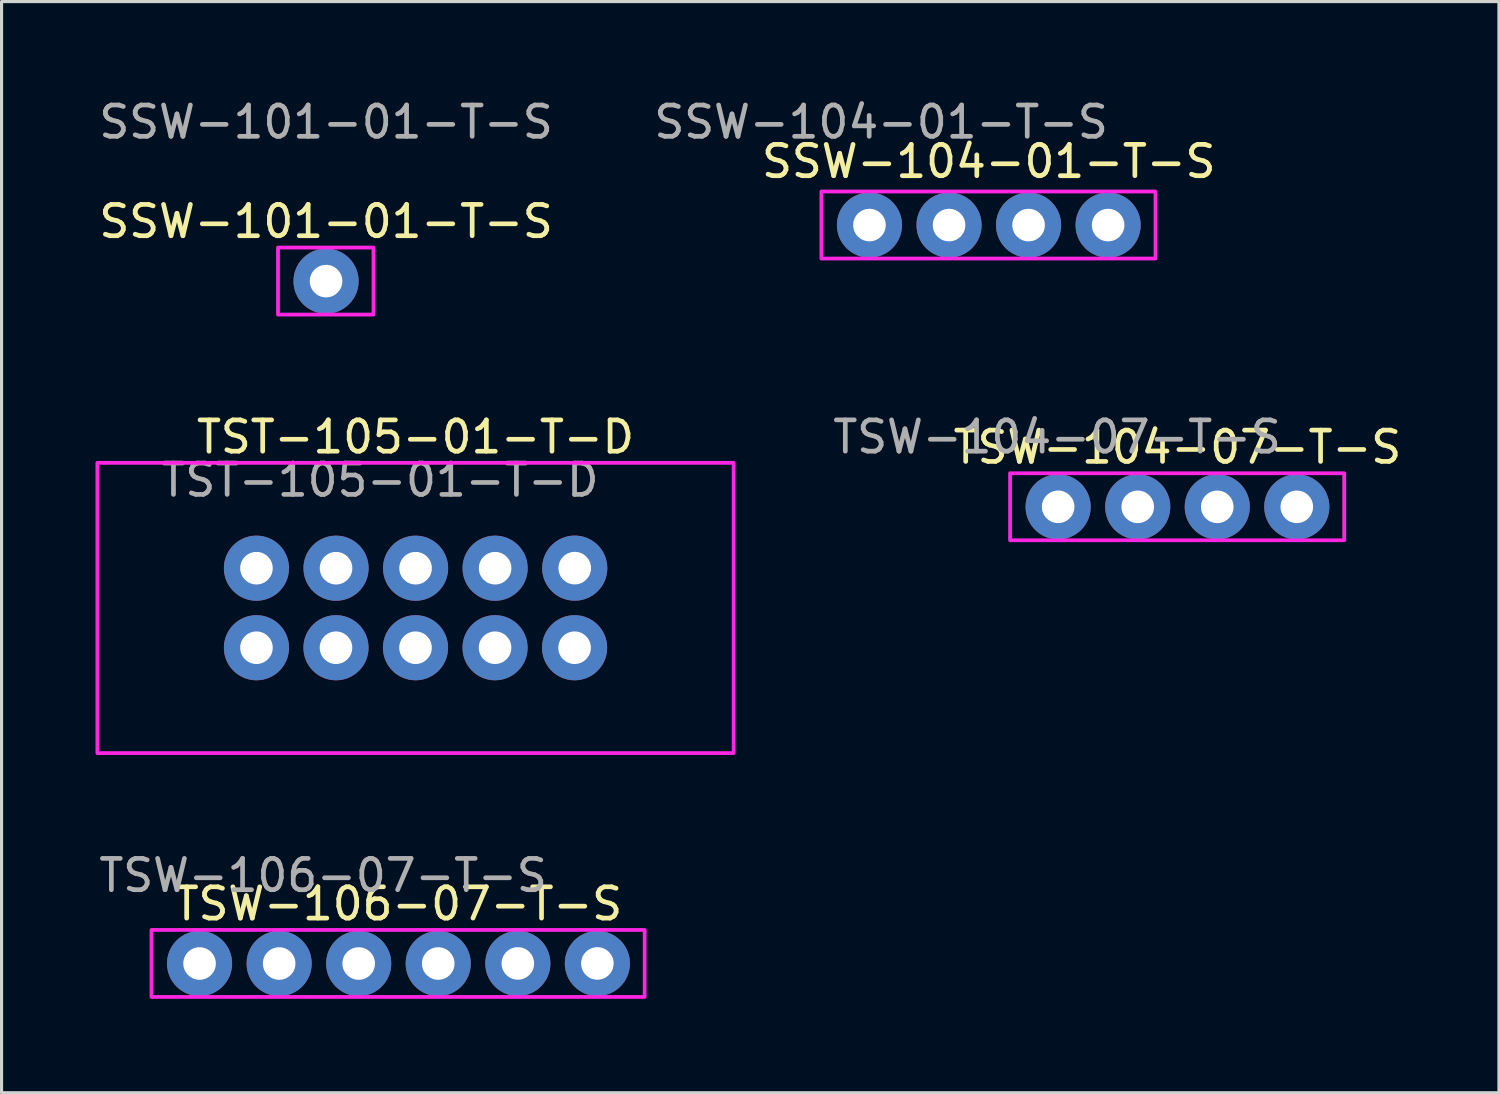
<source format=kicad_pcb>
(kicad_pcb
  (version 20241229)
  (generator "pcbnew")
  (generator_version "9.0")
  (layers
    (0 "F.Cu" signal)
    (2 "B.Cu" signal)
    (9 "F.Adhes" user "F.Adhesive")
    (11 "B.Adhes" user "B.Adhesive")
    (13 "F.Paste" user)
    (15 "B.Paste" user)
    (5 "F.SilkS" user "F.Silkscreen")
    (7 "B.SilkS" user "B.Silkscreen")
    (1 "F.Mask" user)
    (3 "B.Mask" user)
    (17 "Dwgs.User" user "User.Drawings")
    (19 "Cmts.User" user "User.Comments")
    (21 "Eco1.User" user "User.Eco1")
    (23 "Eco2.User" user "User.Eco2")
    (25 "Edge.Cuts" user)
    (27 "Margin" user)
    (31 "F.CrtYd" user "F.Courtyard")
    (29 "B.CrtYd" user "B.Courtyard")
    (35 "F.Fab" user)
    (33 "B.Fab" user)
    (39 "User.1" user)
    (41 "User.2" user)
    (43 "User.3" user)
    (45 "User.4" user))
  (footprint "SSW-101-01-T-S"
    (layer "F.Cu")
    (at 7.363 5.928)
    (property "Reference" "SSW-101-01-T-S" (at 0 -1.905 0) (unlocked yes) (layer "F.SilkS") (effects (font (size 1 1) (thickness 0.15))))
    (fp_rect (start -1.535 -1.072) (end 1.515 1.068) (stroke (width 0.12) (type solid)) (fill no) (layer "F.CrtYd"))
    (fp_text user "${REFERENCE}" (at 0 -5.08 0) (unlocked yes) (layer "F.Fab") (effects (font (size 1 1) (thickness 0.15))))
    (pad "1" thru_hole circle (at 0 0) (size 2.08 2.08) (drill 1.04) (layers "*.Cu" "*.Mask")))
  (footprint "TSW-104-07-T-S"
    (layer "F.Cu")
    (at 30.743 13.136)
    (property "Reference" "TSW-104-07-T-S" (at 3.81 -1.905 0) (unlocked yes) (layer "F.SilkS") (effects (font (size 1 1) (thickness 0.15))))
    (fp_rect (start -1.535 -1.072) (end 9.135 1.068) (stroke (width 0.12) (type solid)) (fill no) (layer "F.CrtYd"))
    (fp_text user "${REFERENCE}" (at -0.035 -2.232 0) (unlocked yes) (layer "F.Fab") (effects (font (size 1 1) (thickness 0.15))))
    (pad "1" thru_hole circle (at 0 0) (size 2.08 2.08) (drill 1.04) (layers "*.Cu" "*.Mask"))
    (pad "2" thru_hole circle (at 2.542 0.000418) (size 2.08 2.08) (drill 1.04) (layers "*.Cu" "*.Mask"))
    (pad "3" thru_hole circle (at 5.082 0.000418) (size 2.08 2.08) (drill 1.04) (layers "*.Cu" "*.Mask"))
    (pad "4" thru_hole circle (at 7.622 0.000418) (size 2.08 2.08) (drill 1.04) (layers "*.Cu" "*.Mask")))
  (footprint "TSW-106-07-T-S"
    (layer "F.Cu")
    (at 3.323 27.721)
    (property "Reference" "TSW-106-07-T-S" (at 6.35 -1.905 0) (unlocked yes) (layer "F.SilkS") (effects (font (size 1 1) (thickness 0.15))))
    (fp_rect (start -1.535 -1.072) (end 14.215 1.068) (stroke (width 0.12) (type solid)) (fill no) (layer "F.CrtYd"))
    (fp_text user "${REFERENCE}" (at 3.945 -2.812 0) (unlocked yes) (layer "F.Fab") (effects (font (size 1 1) (thickness 0.15))))
    (pad "1" thru_hole circle (at 0 0) (size 2.08 2.08) (drill 1.04) (layers "*.Cu" "*.Mask"))
    (pad "2" thru_hole circle (at 2.542 0.000418) (size 2.08 2.08) (drill 1.04) (layers "*.Cu" "*.Mask"))
    (pad "3" thru_hole circle (at 5.082 0.000418) (size 2.08 2.08) (drill 1.04) (layers "*.Cu" "*.Mask"))
    (pad "4" thru_hole circle (at 7.622 0.000418) (size 2.08 2.08) (drill 1.04) (layers "*.Cu" "*.Mask"))
    (pad "5" thru_hole circle (at 10.165 -0.002) (size 2.08 2.08) (drill 1.04) (layers "*.Cu" "*.Mask"))
    (pad "6" thru_hole circle (at 12.705 -0.002) (size 2.08 2.08) (drill 1.04) (layers "*.Cu" "*.Mask")))
  (footprint "TST-105-01-T-D"
    (layer "F.Cu")
    (at 5.14 15.096)
    (property "Reference" "TST-105-01-T-D" (at 5.08 -4.191 0) (unlocked yes) (layer "F.SilkS") (effects (font (size 1 1) (thickness 0.15))))
    (fp_rect (start -5.08 -3.365) (end 15.24 5.905) (stroke (width 0.12) (type solid)) (fill no) (layer "F.CrtYd"))
    (fp_text user "${REFERENCE}" (at 3.945 -2.812 0) (unlocked yes) (layer "F.Fab") (effects (font (size 1 1) (thickness 0.15))))
    (pad "1" thru_hole circle (at 0 2.54) (size 2.08 2.08) (drill 1.04) (layers "*.Cu" "*.Mask"))
    (pad "2" thru_hole circle (at 0 0) (size 2.08 2.08) (drill 1.04) (layers "*.Cu" "*.Mask"))
    (pad "3" thru_hole circle (at 2.54 2.54) (size 2.08 2.08) (drill 1.04) (layers "*.Cu" "*.Mask"))
    (pad "4" thru_hole circle (at 2.542 0.000418) (size 2.08 2.08) (drill 1.04) (layers "*.Cu" "*.Mask"))
    (pad "5" thru_hole circle (at 5.08 2.54) (size 2.08 2.08) (drill 1.04) (layers "*.Cu" "*.Mask"))
    (pad "6" thru_hole circle (at 5.082 0.000418) (size 2.08 2.08) (drill 1.04) (layers "*.Cu" "*.Mask"))
    (pad "7" thru_hole circle (at 7.62 2.54) (size 2.08 2.08) (drill 1.04) (layers "*.Cu" "*.Mask"))
    (pad "8" thru_hole circle (at 7.622 0.000418) (size 2.08 2.08) (drill 1.04) (layers "*.Cu" "*.Mask"))
    (pad "9" thru_hole circle (at 10.16 2.54) (size 2.08 2.08) (drill 1.04) (layers "*.Cu" "*.Mask"))
    (pad "10" thru_hole circle (at 10.165 -0.002) (size 2.08 2.08) (drill 1.04) (layers "*.Cu" "*.Mask")))
  (footprint "SSW-104-01-T-S"
    (layer "F.Cu")
    (at 24.717 4.138)
    (property "Reference" "SSW-104-01-T-S" (at 3.81 -2.032 0) (unlocked yes) (layer "F.SilkS") (effects (font (size 1 1) (thickness 0.15))))
    (fp_rect (start -1.535 -1.072) (end 9.135 1.068) (stroke (width 0.12) (type solid)) (fill no) (layer "F.CrtYd"))
    (fp_text user "${REFERENCE}" (at 0.372 -3.29 0) (unlocked yes) (layer "F.Fab") (effects (font (size 1 1) (thickness 0.15))))
    (pad "1" thru_hole circle (at 0 0) (size 2.08 2.08) (drill 1.04) (layers "*.Cu" "*.Mask"))
    (pad "2" thru_hole circle (at 2.542 0.000418) (size 2.08 2.08) (drill 1.04) (layers "*.Cu" "*.Mask"))
    (pad "3" thru_hole circle (at 5.082 0.000418) (size 2.08 2.08) (drill 1.04) (layers "*.Cu" "*.Mask"))
    (pad "4" thru_hole circle (at 7.622 0.000418) (size 2.08 2.08) (drill 1.04) (layers "*.Cu" "*.Mask")))
  (gr_rect
    (start -3 -3)
    (end 44.821 31.849)
    (stroke (width 0.1) (type default))
    (fill no)
    (layer "Edge.Cuts")))
</source>
